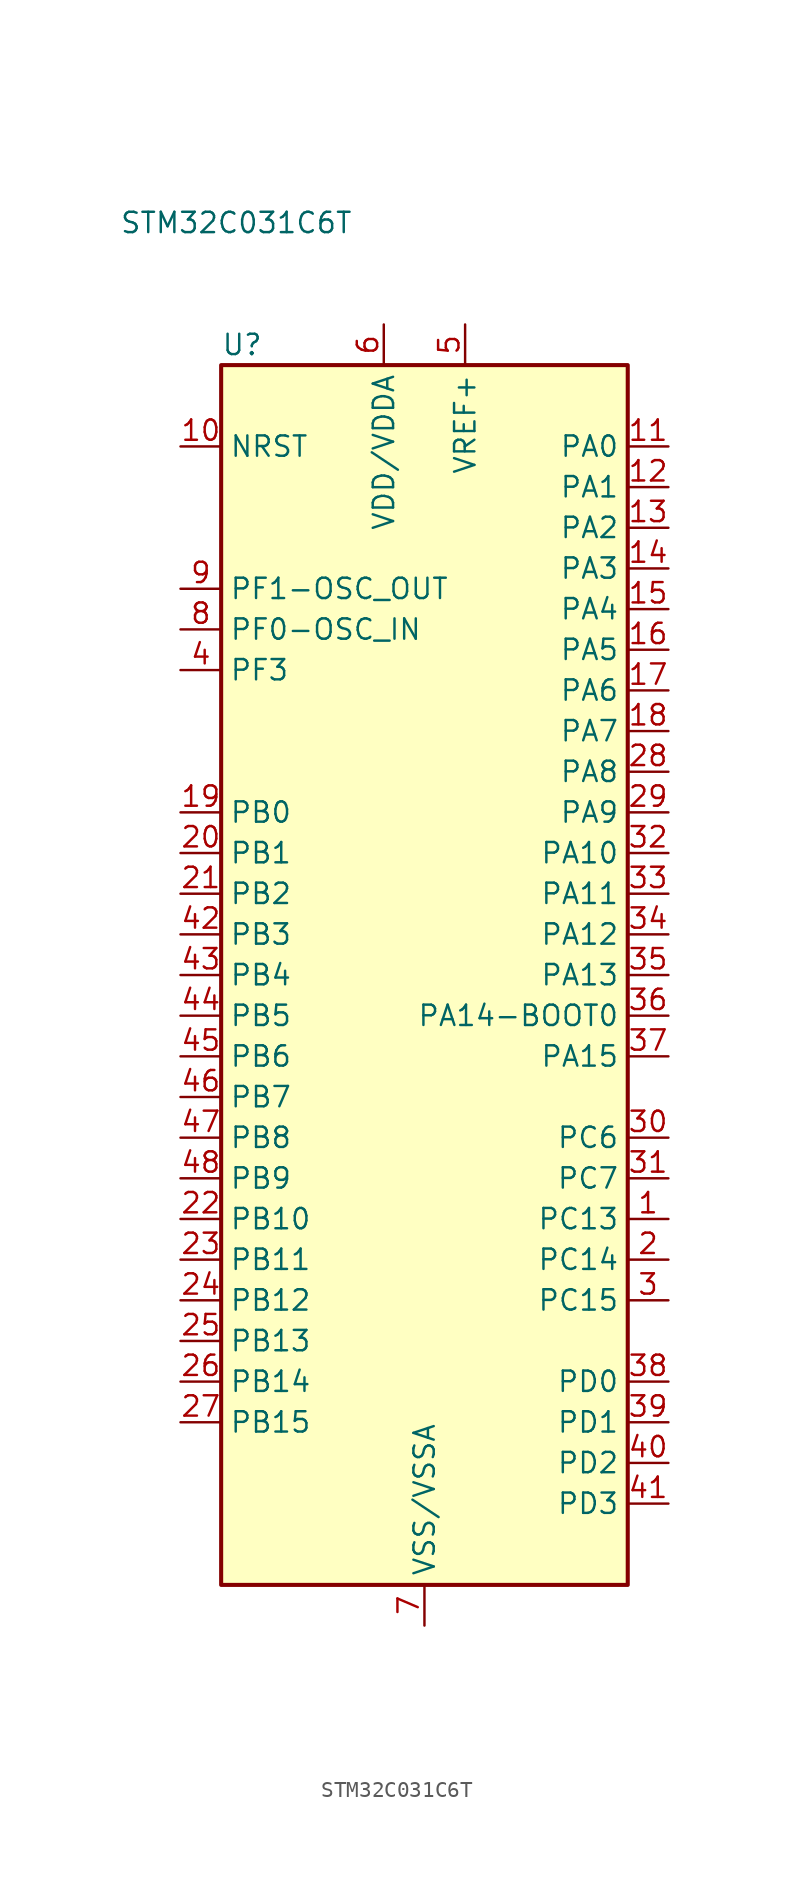
<source format=kicad_sym>
(kicad_symbol_lib
  (version 20211014)
  (generator kicad_symbol_editor)
  (symbol "STM32C031C6T"
    (property "Reference" "U"
      (at -12.7 39.37 0)
      (effects (font (size 1.27 1.27)) (justify left)))
    (property "Value" "STM32C031C6T"
      (at -19.05 46.99 0)
      (effects (font (size 1.27 1.27)) (justify left)))
    (symbol "STM32C031C6T_0_0"
      (pin bidirectional line (at 15.24 -10.16 180) (length 2.54) (name "PC6" (effects (font (size 1.27 1.27)))) (number "30" (effects (font (size 1.27 1.27)))))
      (pin bidirectional line (at 15.24 -30.48 180) (length 2.54) (name "PD2" (effects (font (size 1.27 1.27)))) (number "40" (effects (font (size 1.27 1.27)))))
      (pin bidirectional line (at 15.24 -33.02 180) (length 2.54) (name "PD3" (effects (font (size 1.27 1.27)))) (number "41" (effects (font (size 1.27 1.27))))))
    (symbol "STM32C031C6T_0_1"
      (rectangle (start -12.7 -38.1) (end 12.7 38.1) (stroke (width 0.254) (type default) (color 0 0 0 0)) (fill (type background))))
    (symbol "STM32C031C6T_1_1"
      (pin bidirectional line (at 15.24 -15.24 180) (length 2.54) (name "PC13" (effects (font (size 1.27 1.27)))) (number "1" (effects (font (size 1.27 1.27)))))
      (pin input line (at -15.24 33.02 0) (length 2.54) (name "NRST" (effects (font (size 1.27 1.27)))) (number "10" (effects (font (size 1.27 1.27)))))
      (pin bidirectional line (at 15.24 33.02 180) (length 2.54) (name "PA0" (effects (font (size 1.27 1.27)))) (number "11" (effects (font (size 1.27 1.27)))))
      (pin bidirectional line (at 15.24 30.48 180) (length 2.54) (name "PA1" (effects (font (size 1.27 1.27)))) (number "12" (effects (font (size 1.27 1.27)))))
      (pin bidirectional line (at 15.24 27.94 180) (length 2.54) (name "PA2" (effects (font (size 1.27 1.27)))) (number "13" (effects (font (size 1.27 1.27)))))
      (pin bidirectional line (at 15.24 25.4 180) (length 2.54) (name "PA3" (effects (font (size 1.27 1.27)))) (number "14" (effects (font (size 1.27 1.27)))))
      (pin bidirectional line (at 15.24 22.86 180) (length 2.54) (name "PA4" (effects (font (size 1.27 1.27)))) (number "15" (effects (font (size 1.27 1.27)))))
      (pin bidirectional line (at 15.24 20.32 180) (length 2.54) (name "PA5" (effects (font (size 1.27 1.27)))) (number "16" (effects (font (size 1.27 1.27)))))
      (pin bidirectional line (at 15.24 17.78 180) (length 2.54) (name "PA6" (effects (font (size 1.27 1.27)))) (number "17" (effects (font (size 1.27 1.27)))))
      (pin bidirectional line (at 15.24 15.24 180) (length 2.54) (name "PA7" (effects (font (size 1.27 1.27)))) (number "18" (effects (font (size 1.27 1.27)))))
      (pin bidirectional line (at -15.24 10.16 0) (length 2.54) (name "PB0" (effects (font (size 1.27 1.27)))) (number "19" (effects (font (size 1.27 1.27)))))
      (pin bidirectional line (at 15.24 -17.78 180) (length 2.54) (name "PC14" (effects (font (size 1.27 1.27)))) (number "2" (effects (font (size 1.27 1.27)))))
      (pin bidirectional line (at -15.24 7.62 0) (length 2.54) (name "PB1" (effects (font (size 1.27 1.27)))) (number "20" (effects (font (size 1.27 1.27)))))
      (pin bidirectional line (at -15.24 5.08 0) (length 2.54) (name "PB2" (effects (font (size 1.27 1.27)))) (number "21" (effects (font (size 1.27 1.27)))))
      (pin bidirectional line (at -15.24 -15.24 0) (length 2.54) (name "PB10" (effects (font (size 1.27 1.27)))) (number "22" (effects (font (size 1.27 1.27)))))
      (pin bidirectional line (at -15.24 -17.78 0) (length 2.54) (name "PB11" (effects (font (size 1.27 1.27)))) (number "23" (effects (font (size 1.27 1.27)))))
      (pin bidirectional line (at -15.24 -20.32 0) (length 2.54) (name "PB12" (effects (font (size 1.27 1.27)))) (number "24" (effects (font (size 1.27 1.27)))))
      (pin bidirectional line (at -15.24 -22.86 0) (length 2.54) (name "PB13" (effects (font (size 1.27 1.27)))) (number "25" (effects (font (size 1.27 1.27)))))
      (pin bidirectional line (at -15.24 -25.4 0) (length 2.54) (name "PB14" (effects (font (size 1.27 1.27)))) (number "26" (effects (font (size 1.27 1.27)))))
      (pin bidirectional line (at -15.24 -27.94 0) (length 2.54) (name "PB15" (effects (font (size 1.27 1.27)))) (number "27" (effects (font (size 1.27 1.27)))))
      (pin bidirectional line (at 15.24 12.7 180) (length 2.54) (name "PA8" (effects (font (size 1.27 1.27)))) (number "28" (effects (font (size 1.27 1.27)))))
      (pin bidirectional line (at 15.24 10.16 180) (length 2.54) (name "PA9" (effects (font (size 1.27 1.27)))) (number "29" (effects (font (size 1.27 1.27)))))
      (pin bidirectional line (at 15.24 -20.32 180) (length 2.54) (name "PC15" (effects (font (size 1.27 1.27)))) (number "3" (effects (font (size 1.27 1.27)))))
      (pin bidirectional line (at 15.24 -12.7 180) (length 2.54) (name "PC7" (effects (font (size 1.27 1.27)))) (number "31" (effects (font (size 1.27 1.27)))))
      (pin bidirectional line (at 15.24 7.62 180) (length 2.54) (name "PA10" (effects (font (size 1.27 1.27)))) (number "32" (effects (font (size 1.27 1.27)))))
      (pin bidirectional line (at 15.24 5.08 180) (length 2.54) (name "PA11" (effects (font (size 1.27 1.27)))) (number "33" (effects (font (size 1.27 1.27)))))
      (pin bidirectional line (at 15.24 2.54 180) (length 2.54) (name "PA12" (effects (font (size 1.27 1.27)))) (number "34" (effects (font (size 1.27 1.27)))))
      (pin bidirectional line (at 15.24 0 180) (length 2.54) (name "PA13" (effects (font (size 1.27 1.27)))) (number "35" (effects (font (size 1.27 1.27)))))
      (pin bidirectional line (at 15.24 -2.54 180) (length 2.54) (name "PA14-BOOT0" (effects (font (size 1.27 1.27)))) (number "36" (effects (font (size 1.27 1.27)))))
      (pin bidirectional line (at 15.24 -5.08 180) (length 2.54) (name "PA15" (effects (font (size 1.27 1.27)))) (number "37" (effects (font (size 1.27 1.27)))))
      (pin bidirectional line (at 15.24 -25.4 180) (length 2.54) (name "PD0" (effects (font (size 1.27 1.27)))) (number "38" (effects (font (size 1.27 1.27)))))
      (pin bidirectional line (at 15.24 -27.94 180) (length 2.54) (name "PD1" (effects (font (size 1.27 1.27)))) (number "39" (effects (font (size 1.27 1.27)))))
      (pin input line (at -15.24 19.05 0) (length 2.54) (name "PF3" (effects (font (size 1.27 1.27)))) (number "4" (effects (font (size 1.27 1.27)))))
      (pin bidirectional line (at -15.24 2.54 0) (length 2.54) (name "PB3" (effects (font (size 1.27 1.27)))) (number "42" (effects (font (size 1.27 1.27)))))
      (pin bidirectional line (at -15.24 0 0) (length 2.54) (name "PB4" (effects (font (size 1.27 1.27)))) (number "43" (effects (font (size 1.27 1.27)))))
      (pin bidirectional line (at -15.24 -2.54 0) (length 2.54) (name "PB5" (effects (font (size 1.27 1.27)))) (number "44" (effects (font (size 1.27 1.27)))))
      (pin bidirectional line (at -15.24 -5.08 0) (length 2.54) (name "PB6" (effects (font (size 1.27 1.27)))) (number "45" (effects (font (size 1.27 1.27)))))
      (pin bidirectional line (at -15.24 -7.62 0) (length 2.54) (name "PB7" (effects (font (size 1.27 1.27)))) (number "46" (effects (font (size 1.27 1.27)))))
      (pin bidirectional line (at -15.24 -10.16 0) (length 2.54) (name "PB8" (effects (font (size 1.27 1.27)))) (number "47" (effects (font (size 1.27 1.27)))))
      (pin bidirectional line (at -15.24 -12.7 0) (length 2.54) (name "PB9" (effects (font (size 1.27 1.27)))) (number "48" (effects (font (size 1.27 1.27)))))
      (pin input line (at 2.54 40.64 270) (length 2.54) (name "VREF+" (effects (font (size 1.27 1.27)))) (number "5" (effects (font (size 1.27 1.27)))))
      (pin power_in line (at -2.54 40.64 270) (length 2.54) (name "VDD/VDDA" (effects (font (size 1.27 1.27)))) (number "6" (effects (font (size 1.27 1.27)))))
      (pin power_in line (at 0 -40.64 90) (length 2.54) (name "VSS/VSSA" (effects (font (size 1.27 1.27)))) (number "7" (effects (font (size 1.27 1.27)))))
      (pin input line (at -15.24 21.59 0) (length 2.54) (name "PF0-OSC_IN" (effects (font (size 1.27 1.27)))) (number "8" (effects (font (size 1.27 1.27)))))
      (pin output line (at -15.24 24.13 0) (length 2.54) (name "PF1-OSC_OUT" (effects (font (size 1.27 1.27)))) (number "9" (effects (font (size 1.27 1.27))))))))
</source>
